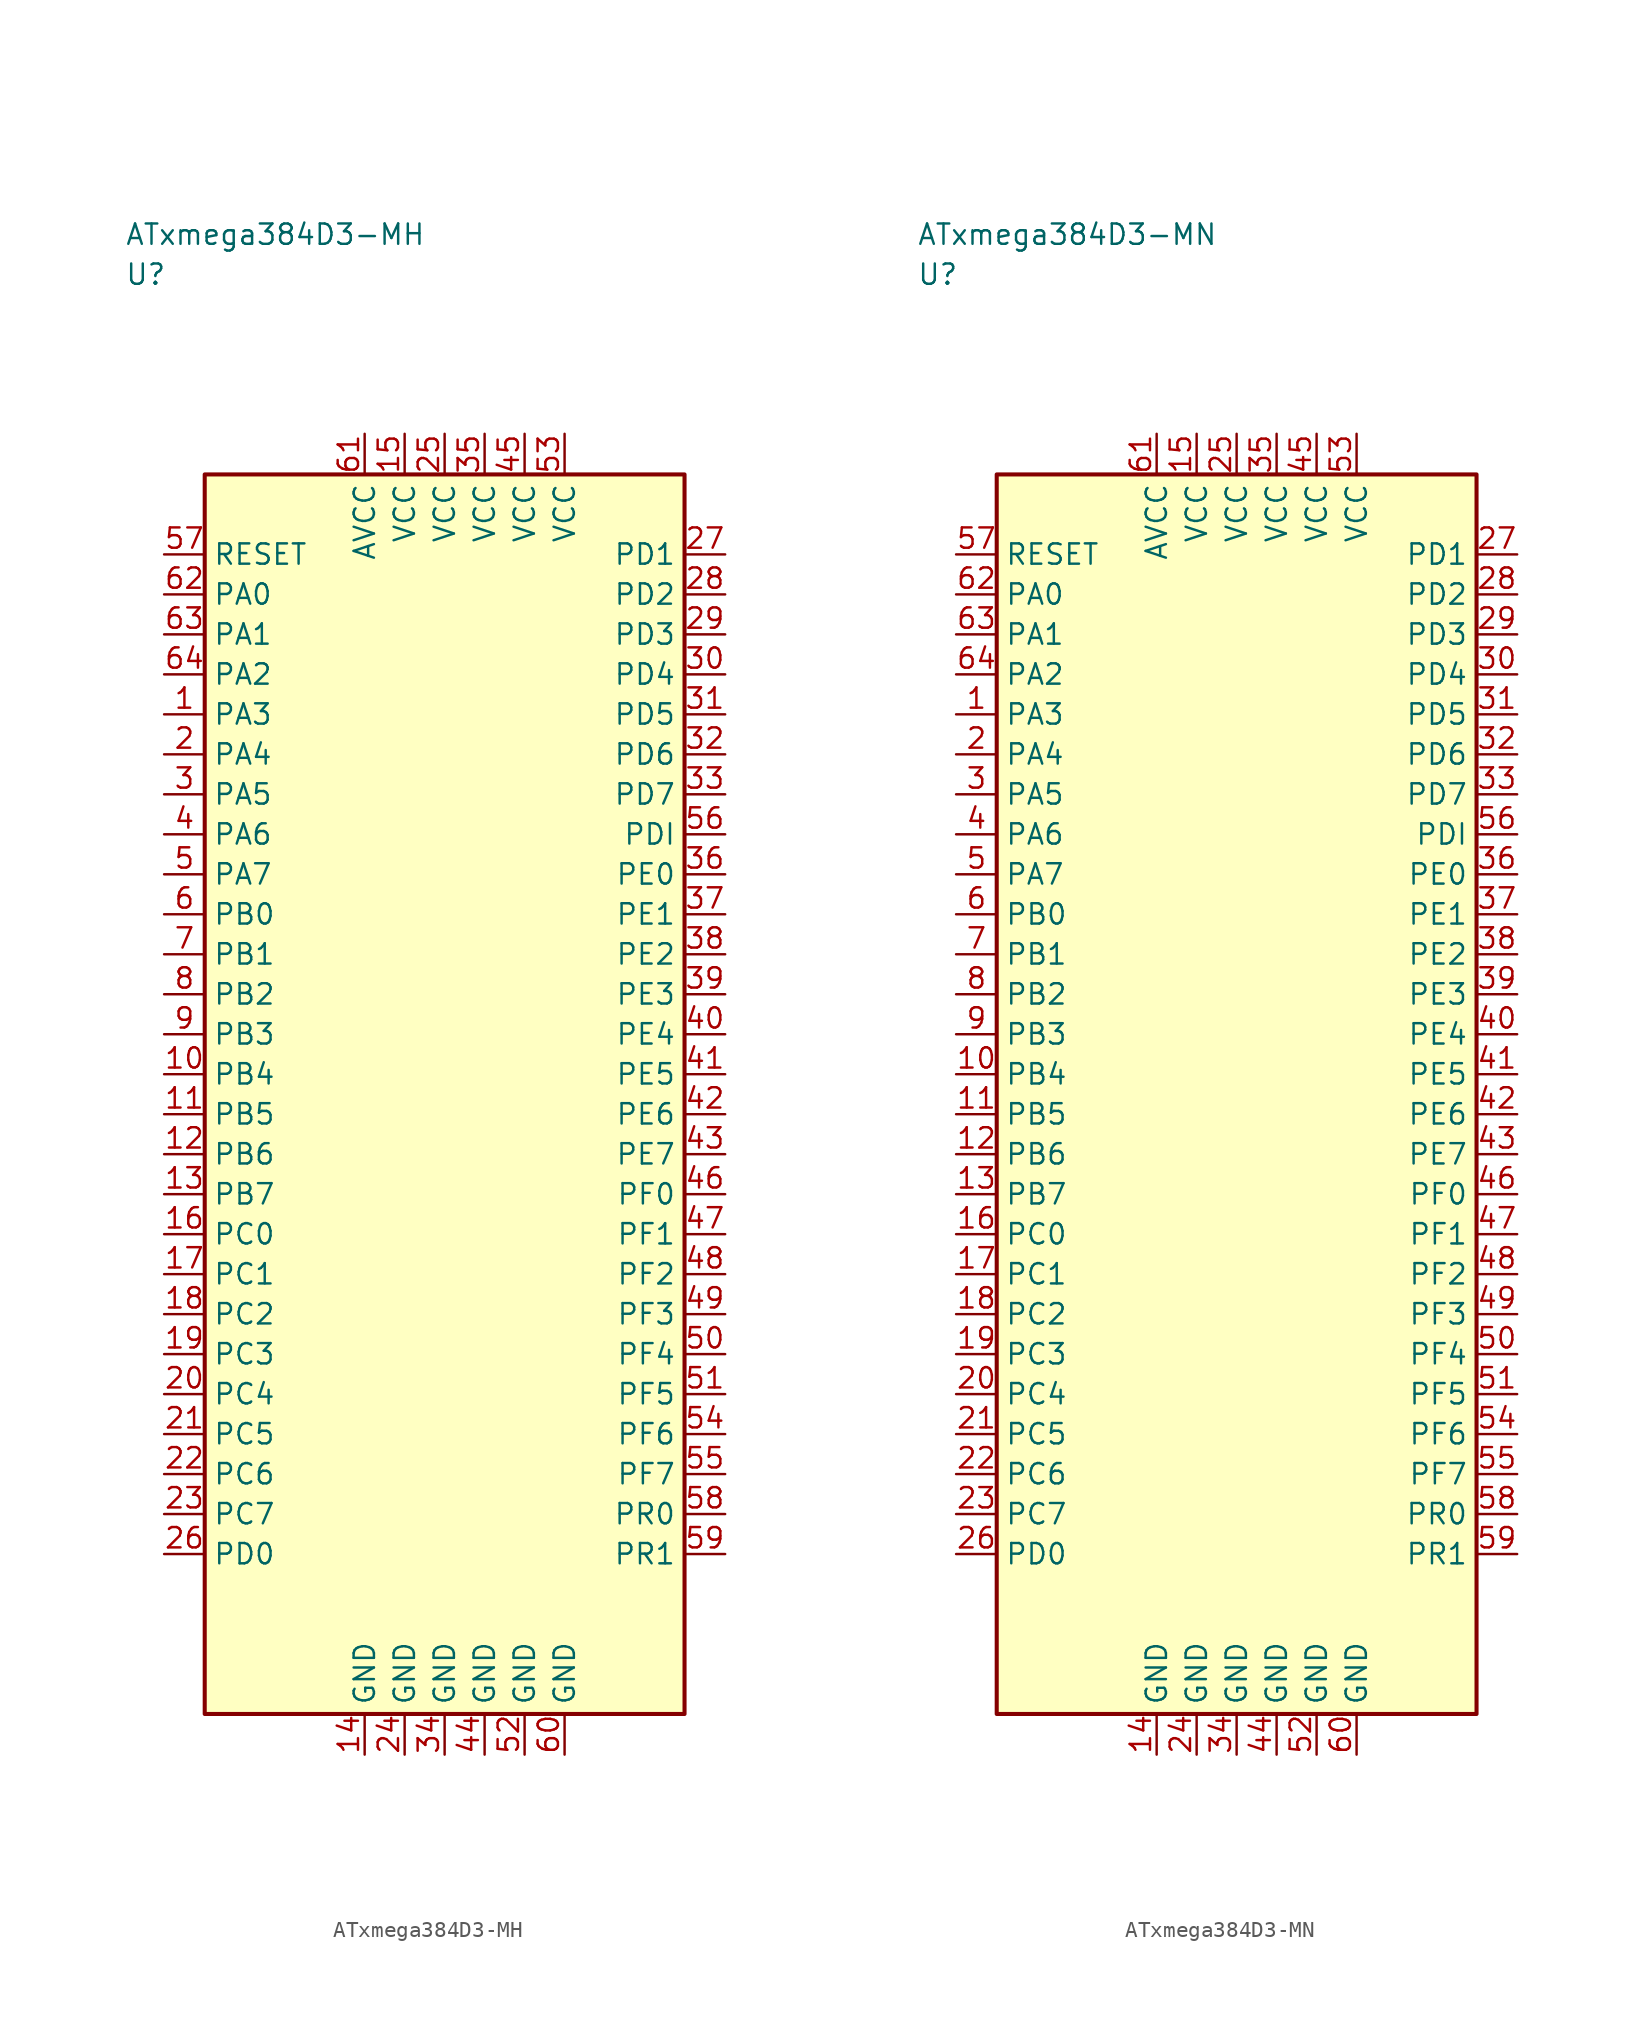
<source format=kicad_sym>
(kicad_symbol_lib
  (version 20241025)
  (generator "kicad_symbol_editor")
  (generator_version "8.0")
  (symbol "ATxmega384D3-MH"
    (property "Reference" "U"
      (at -20.0 51.25 0)
      (effects (font (size 1.27 1.27)) (justify left)))
    (property "Value" "ATxmega384D3-MH"
      (at -20.0 53.75 0)
      (effects (font (size 1.27 1.27)) (justify left)))
    (symbol "ATxmega384D3-MH_0_1"
      (rectangle (start -15.0 38.75) (end 15.0 -38.75) (stroke (width 0.254) (type default)) (fill (type background))))
    (symbol "ATxmega384D3-MH_1_1"
      (pin bidirectional line (at -17.54 23.75 0.0) (length 2.54) (name "PA3" (effects (font (size 1.27 1.27)))) (number "1" (effects (font (size 1.27 1.27)))))
      (pin bidirectional line (at -17.54 21.25 0.0) (length 2.54) (name "PA4" (effects (font (size 1.27 1.27)))) (number "2" (effects (font (size 1.27 1.27)))))
      (pin bidirectional line (at -17.54 18.75 0.0) (length 2.54) (name "PA5" (effects (font (size 1.27 1.27)))) (number "3" (effects (font (size 1.27 1.27)))))
      (pin bidirectional line (at -17.54 16.25 0.0) (length 2.54) (name "PA6" (effects (font (size 1.27 1.27)))) (number "4" (effects (font (size 1.27 1.27)))))
      (pin bidirectional line (at -17.54 13.75 0.0) (length 2.54) (name "PA7" (effects (font (size 1.27 1.27)))) (number "5" (effects (font (size 1.27 1.27)))))
      (pin bidirectional line (at -17.54 11.25 0.0) (length 2.54) (name "PB0" (effects (font (size 1.27 1.27)))) (number "6" (effects (font (size 1.27 1.27)))))
      (pin bidirectional line (at -17.54 8.75 0.0) (length 2.54) (name "PB1" (effects (font (size 1.27 1.27)))) (number "7" (effects (font (size 1.27 1.27)))))
      (pin bidirectional line (at -17.54 6.25 0.0) (length 2.54) (name "PB2" (effects (font (size 1.27 1.27)))) (number "8" (effects (font (size 1.27 1.27)))))
      (pin bidirectional line (at -17.54 3.75 0.0) (length 2.54) (name "PB3" (effects (font (size 1.27 1.27)))) (number "9" (effects (font (size 1.27 1.27)))))
      (pin bidirectional line (at -17.54 1.25 0.0) (length 2.54) (name "PB4" (effects (font (size 1.27 1.27)))) (number "10" (effects (font (size 1.27 1.27)))))
      (pin bidirectional line (at -17.54 -1.25 0.0) (length 2.54) (name "PB5" (effects (font (size 1.27 1.27)))) (number "11" (effects (font (size 1.27 1.27)))))
      (pin bidirectional line (at -17.54 -3.75 0.0) (length 2.54) (name "PB6" (effects (font (size 1.27 1.27)))) (number "12" (effects (font (size 1.27 1.27)))))
      (pin bidirectional line (at -17.54 -6.25 0.0) (length 2.54) (name "PB7" (effects (font (size 1.27 1.27)))) (number "13" (effects (font (size 1.27 1.27)))))
      (pin passive line (at -5.0 -41.29 90.0) (length 2.54) (name "GND" (effects (font (size 1.27 1.27)))) (number "14" (effects (font (size 1.27 1.27)))))
      (pin power_in line (at -2.5 41.29 270.0) (length 2.54) (name "VCC" (effects (font (size 1.27 1.27)))) (number "15" (effects (font (size 1.27 1.27)))))
      (pin bidirectional line (at -17.54 -8.75 0.0) (length 2.54) (name "PC0" (effects (font (size 1.27 1.27)))) (number "16" (effects (font (size 1.27 1.27)))))
      (pin bidirectional line (at -17.54 -11.25 0.0) (length 2.54) (name "PC1" (effects (font (size 1.27 1.27)))) (number "17" (effects (font (size 1.27 1.27)))))
      (pin bidirectional line (at -17.54 -13.75 0.0) (length 2.54) (name "PC2" (effects (font (size 1.27 1.27)))) (number "18" (effects (font (size 1.27 1.27)))))
      (pin bidirectional line (at -17.54 -16.25 0.0) (length 2.54) (name "PC3" (effects (font (size 1.27 1.27)))) (number "19" (effects (font (size 1.27 1.27)))))
      (pin bidirectional line (at -17.54 -18.75 0.0) (length 2.54) (name "PC4" (effects (font (size 1.27 1.27)))) (number "20" (effects (font (size 1.27 1.27)))))
      (pin bidirectional line (at -17.54 -21.25 0.0) (length 2.54) (name "PC5" (effects (font (size 1.27 1.27)))) (number "21" (effects (font (size 1.27 1.27)))))
      (pin bidirectional line (at -17.54 -23.75 0.0) (length 2.54) (name "PC6" (effects (font (size 1.27 1.27)))) (number "22" (effects (font (size 1.27 1.27)))))
      (pin bidirectional line (at -17.54 -26.25 0.0) (length 2.54) (name "PC7" (effects (font (size 1.27 1.27)))) (number "23" (effects (font (size 1.27 1.27)))))
      (pin passive line (at -2.5 -41.29 90.0) (length 2.54) (name "GND" (effects (font (size 1.27 1.27)))) (number "24" (effects (font (size 1.27 1.27)))))
      (pin power_in line (at 0.0 41.29 270.0) (length 2.54) (name "VCC" (effects (font (size 1.27 1.27)))) (number "25" (effects (font (size 1.27 1.27)))))
      (pin bidirectional line (at -17.54 -28.75 0.0) (length 2.54) (name "PD0" (effects (font (size 1.27 1.27)))) (number "26" (effects (font (size 1.27 1.27)))))
      (pin bidirectional line (at 17.54 33.75 180.0) (length 2.54) (name "PD1" (effects (font (size 1.27 1.27)))) (number "27" (effects (font (size 1.27 1.27)))))
      (pin bidirectional line (at 17.54 31.25 180.0) (length 2.54) (name "PD2" (effects (font (size 1.27 1.27)))) (number "28" (effects (font (size 1.27 1.27)))))
      (pin bidirectional line (at 17.54 28.75 180.0) (length 2.54) (name "PD3" (effects (font (size 1.27 1.27)))) (number "29" (effects (font (size 1.27 1.27)))))
      (pin bidirectional line (at 17.54 26.25 180.0) (length 2.54) (name "PD4" (effects (font (size 1.27 1.27)))) (number "30" (effects (font (size 1.27 1.27)))))
      (pin bidirectional line (at 17.54 23.75 180.0) (length 2.54) (name "PD5" (effects (font (size 1.27 1.27)))) (number "31" (effects (font (size 1.27 1.27)))))
      (pin bidirectional line (at 17.54 21.25 180.0) (length 2.54) (name "PD6" (effects (font (size 1.27 1.27)))) (number "32" (effects (font (size 1.27 1.27)))))
      (pin bidirectional line (at 17.54 18.75 180.0) (length 2.54) (name "PD7" (effects (font (size 1.27 1.27)))) (number "33" (effects (font (size 1.27 1.27)))))
      (pin passive line (at 0.0 -41.29 90.0) (length 2.54) (name "GND" (effects (font (size 1.27 1.27)))) (number "34" (effects (font (size 1.27 1.27)))))
      (pin power_in line (at 2.5 41.29 270.0) (length 2.54) (name "VCC" (effects (font (size 1.27 1.27)))) (number "35" (effects (font (size 1.27 1.27)))))
      (pin bidirectional line (at 17.54 13.75 180.0) (length 2.54) (name "PE0" (effects (font (size 1.27 1.27)))) (number "36" (effects (font (size 1.27 1.27)))))
      (pin bidirectional line (at 17.54 11.25 180.0) (length 2.54) (name "PE1" (effects (font (size 1.27 1.27)))) (number "37" (effects (font (size 1.27 1.27)))))
      (pin bidirectional line (at 17.54 8.75 180.0) (length 2.54) (name "PE2" (effects (font (size 1.27 1.27)))) (number "38" (effects (font (size 1.27 1.27)))))
      (pin bidirectional line (at 17.54 6.25 180.0) (length 2.54) (name "PE3" (effects (font (size 1.27 1.27)))) (number "39" (effects (font (size 1.27 1.27)))))
      (pin bidirectional line (at 17.54 3.75 180.0) (length 2.54) (name "PE4" (effects (font (size 1.27 1.27)))) (number "40" (effects (font (size 1.27 1.27)))))
      (pin bidirectional line (at 17.54 1.25 180.0) (length 2.54) (name "PE5" (effects (font (size 1.27 1.27)))) (number "41" (effects (font (size 1.27 1.27)))))
      (pin bidirectional line (at 17.54 -1.25 180.0) (length 2.54) (name "PE6" (effects (font (size 1.27 1.27)))) (number "42" (effects (font (size 1.27 1.27)))))
      (pin bidirectional line (at 17.54 -3.75 180.0) (length 2.54) (name "PE7" (effects (font (size 1.27 1.27)))) (number "43" (effects (font (size 1.27 1.27)))))
      (pin passive line (at 2.5 -41.29 90.0) (length 2.54) (name "GND" (effects (font (size 1.27 1.27)))) (number "44" (effects (font (size 1.27 1.27)))))
      (pin power_in line (at 5.0 41.29 270.0) (length 2.54) (name "VCC" (effects (font (size 1.27 1.27)))) (number "45" (effects (font (size 1.27 1.27)))))
      (pin bidirectional line (at 17.54 -6.25 180.0) (length 2.54) (name "PF0" (effects (font (size 1.27 1.27)))) (number "46" (effects (font (size 1.27 1.27)))))
      (pin bidirectional line (at 17.54 -8.75 180.0) (length 2.54) (name "PF1" (effects (font (size 1.27 1.27)))) (number "47" (effects (font (size 1.27 1.27)))))
      (pin bidirectional line (at 17.54 -11.25 180.0) (length 2.54) (name "PF2" (effects (font (size 1.27 1.27)))) (number "48" (effects (font (size 1.27 1.27)))))
      (pin bidirectional line (at 17.54 -13.75 180.0) (length 2.54) (name "PF3" (effects (font (size 1.27 1.27)))) (number "49" (effects (font (size 1.27 1.27)))))
      (pin bidirectional line (at 17.54 -16.25 180.0) (length 2.54) (name "PF4" (effects (font (size 1.27 1.27)))) (number "50" (effects (font (size 1.27 1.27)))))
      (pin bidirectional line (at 17.54 -18.75 180.0) (length 2.54) (name "PF5" (effects (font (size 1.27 1.27)))) (number "51" (effects (font (size 1.27 1.27)))))
      (pin passive line (at 5.0 -41.29 90.0) (length 2.54) (name "GND" (effects (font (size 1.27 1.27)))) (number "52" (effects (font (size 1.27 1.27)))))
      (pin power_in line (at 7.5 41.29 270.0) (length 2.54) (name "VCC" (effects (font (size 1.27 1.27)))) (number "53" (effects (font (size 1.27 1.27)))))
      (pin bidirectional line (at 17.54 -21.25 180.0) (length 2.54) (name "PF6" (effects (font (size 1.27 1.27)))) (number "54" (effects (font (size 1.27 1.27)))))
      (pin bidirectional line (at 17.54 -23.75 180.0) (length 2.54) (name "PF7" (effects (font (size 1.27 1.27)))) (number "55" (effects (font (size 1.27 1.27)))))
      (pin bidirectional line (at 17.54 16.25 180.0) (length 2.54) (name "PDI" (effects (font (size 1.27 1.27)))) (number "56" (effects (font (size 1.27 1.27)))))
      (pin input line (at -17.54 33.75 0.0) (length 2.54) (name "RESET" (effects (font (size 1.27 1.27)))) (number "57" (effects (font (size 1.27 1.27)))))
      (pin bidirectional line (at 17.54 -26.25 180.0) (length 2.54) (name "PR0" (effects (font (size 1.27 1.27)))) (number "58" (effects (font (size 1.27 1.27)))))
      (pin bidirectional line (at 17.54 -28.75 180.0) (length 2.54) (name "PR1" (effects (font (size 1.27 1.27)))) (number "59" (effects (font (size 1.27 1.27)))))
      (pin passive line (at 7.5 -41.29 90.0) (length 2.54) (name "GND" (effects (font (size 1.27 1.27)))) (number "60" (effects (font (size 1.27 1.27)))))
      (pin power_in line (at -5.0 41.29 270.0) (length 2.54) (name "AVCC" (effects (font (size 1.27 1.27)))) (number "61" (effects (font (size 1.27 1.27)))))
      (pin bidirectional line (at -17.54 31.25 0.0) (length 2.54) (name "PA0" (effects (font (size 1.27 1.27)))) (number "62" (effects (font (size 1.27 1.27)))))
      (pin bidirectional line (at -17.54 28.75 0.0) (length 2.54) (name "PA1" (effects (font (size 1.27 1.27)))) (number "63" (effects (font (size 1.27 1.27)))))
      (pin bidirectional line (at -17.54 26.25 0.0) (length 2.54) (name "PA2" (effects (font (size 1.27 1.27)))) (number "64" (effects (font (size 1.27 1.27)))))))
  (symbol "ATxmega384D3-MN"
    (property "Reference" "U"
      (at -20.0 51.25 0)
      (effects (font (size 1.27 1.27)) (justify left)))
    (property "Value" "ATxmega384D3-MN"
      (at -20.0 53.75 0)
      (effects (font (size 1.27 1.27)) (justify left)))
    (symbol "ATxmega384D3-MN_0_1"
      (rectangle (start -15.0 38.75) (end 15.0 -38.75) (stroke (width 0.254) (type default)) (fill (type background))))
    (symbol "ATxmega384D3-MN_1_1"
      (pin bidirectional line (at -17.54 23.75 0.0) (length 2.54) (name "PA3" (effects (font (size 1.27 1.27)))) (number "1" (effects (font (size 1.27 1.27)))))
      (pin bidirectional line (at -17.54 21.25 0.0) (length 2.54) (name "PA4" (effects (font (size 1.27 1.27)))) (number "2" (effects (font (size 1.27 1.27)))))
      (pin bidirectional line (at -17.54 18.75 0.0) (length 2.54) (name "PA5" (effects (font (size 1.27 1.27)))) (number "3" (effects (font (size 1.27 1.27)))))
      (pin bidirectional line (at -17.54 16.25 0.0) (length 2.54) (name "PA6" (effects (font (size 1.27 1.27)))) (number "4" (effects (font (size 1.27 1.27)))))
      (pin bidirectional line (at -17.54 13.75 0.0) (length 2.54) (name "PA7" (effects (font (size 1.27 1.27)))) (number "5" (effects (font (size 1.27 1.27)))))
      (pin bidirectional line (at -17.54 11.25 0.0) (length 2.54) (name "PB0" (effects (font (size 1.27 1.27)))) (number "6" (effects (font (size 1.27 1.27)))))
      (pin bidirectional line (at -17.54 8.75 0.0) (length 2.54) (name "PB1" (effects (font (size 1.27 1.27)))) (number "7" (effects (font (size 1.27 1.27)))))
      (pin bidirectional line (at -17.54 6.25 0.0) (length 2.54) (name "PB2" (effects (font (size 1.27 1.27)))) (number "8" (effects (font (size 1.27 1.27)))))
      (pin bidirectional line (at -17.54 3.75 0.0) (length 2.54) (name "PB3" (effects (font (size 1.27 1.27)))) (number "9" (effects (font (size 1.27 1.27)))))
      (pin bidirectional line (at -17.54 1.25 0.0) (length 2.54) (name "PB4" (effects (font (size 1.27 1.27)))) (number "10" (effects (font (size 1.27 1.27)))))
      (pin bidirectional line (at -17.54 -1.25 0.0) (length 2.54) (name "PB5" (effects (font (size 1.27 1.27)))) (number "11" (effects (font (size 1.27 1.27)))))
      (pin bidirectional line (at -17.54 -3.75 0.0) (length 2.54) (name "PB6" (effects (font (size 1.27 1.27)))) (number "12" (effects (font (size 1.27 1.27)))))
      (pin bidirectional line (at -17.54 -6.25 0.0) (length 2.54) (name "PB7" (effects (font (size 1.27 1.27)))) (number "13" (effects (font (size 1.27 1.27)))))
      (pin passive line (at -5.0 -41.29 90.0) (length 2.54) (name "GND" (effects (font (size 1.27 1.27)))) (number "14" (effects (font (size 1.27 1.27)))))
      (pin power_in line (at -2.5 41.29 270.0) (length 2.54) (name "VCC" (effects (font (size 1.27 1.27)))) (number "15" (effects (font (size 1.27 1.27)))))
      (pin bidirectional line (at -17.54 -8.75 0.0) (length 2.54) (name "PC0" (effects (font (size 1.27 1.27)))) (number "16" (effects (font (size 1.27 1.27)))))
      (pin bidirectional line (at -17.54 -11.25 0.0) (length 2.54) (name "PC1" (effects (font (size 1.27 1.27)))) (number "17" (effects (font (size 1.27 1.27)))))
      (pin bidirectional line (at -17.54 -13.75 0.0) (length 2.54) (name "PC2" (effects (font (size 1.27 1.27)))) (number "18" (effects (font (size 1.27 1.27)))))
      (pin bidirectional line (at -17.54 -16.25 0.0) (length 2.54) (name "PC3" (effects (font (size 1.27 1.27)))) (number "19" (effects (font (size 1.27 1.27)))))
      (pin bidirectional line (at -17.54 -18.75 0.0) (length 2.54) (name "PC4" (effects (font (size 1.27 1.27)))) (number "20" (effects (font (size 1.27 1.27)))))
      (pin bidirectional line (at -17.54 -21.25 0.0) (length 2.54) (name "PC5" (effects (font (size 1.27 1.27)))) (number "21" (effects (font (size 1.27 1.27)))))
      (pin bidirectional line (at -17.54 -23.75 0.0) (length 2.54) (name "PC6" (effects (font (size 1.27 1.27)))) (number "22" (effects (font (size 1.27 1.27)))))
      (pin bidirectional line (at -17.54 -26.25 0.0) (length 2.54) (name "PC7" (effects (font (size 1.27 1.27)))) (number "23" (effects (font (size 1.27 1.27)))))
      (pin passive line (at -2.5 -41.29 90.0) (length 2.54) (name "GND" (effects (font (size 1.27 1.27)))) (number "24" (effects (font (size 1.27 1.27)))))
      (pin power_in line (at 0.0 41.29 270.0) (length 2.54) (name "VCC" (effects (font (size 1.27 1.27)))) (number "25" (effects (font (size 1.27 1.27)))))
      (pin bidirectional line (at -17.54 -28.75 0.0) (length 2.54) (name "PD0" (effects (font (size 1.27 1.27)))) (number "26" (effects (font (size 1.27 1.27)))))
      (pin bidirectional line (at 17.54 33.75 180.0) (length 2.54) (name "PD1" (effects (font (size 1.27 1.27)))) (number "27" (effects (font (size 1.27 1.27)))))
      (pin bidirectional line (at 17.54 31.25 180.0) (length 2.54) (name "PD2" (effects (font (size 1.27 1.27)))) (number "28" (effects (font (size 1.27 1.27)))))
      (pin bidirectional line (at 17.54 28.75 180.0) (length 2.54) (name "PD3" (effects (font (size 1.27 1.27)))) (number "29" (effects (font (size 1.27 1.27)))))
      (pin bidirectional line (at 17.54 26.25 180.0) (length 2.54) (name "PD4" (effects (font (size 1.27 1.27)))) (number "30" (effects (font (size 1.27 1.27)))))
      (pin bidirectional line (at 17.54 23.75 180.0) (length 2.54) (name "PD5" (effects (font (size 1.27 1.27)))) (number "31" (effects (font (size 1.27 1.27)))))
      (pin bidirectional line (at 17.54 21.25 180.0) (length 2.54) (name "PD6" (effects (font (size 1.27 1.27)))) (number "32" (effects (font (size 1.27 1.27)))))
      (pin bidirectional line (at 17.54 18.75 180.0) (length 2.54) (name "PD7" (effects (font (size 1.27 1.27)))) (number "33" (effects (font (size 1.27 1.27)))))
      (pin passive line (at 0.0 -41.29 90.0) (length 2.54) (name "GND" (effects (font (size 1.27 1.27)))) (number "34" (effects (font (size 1.27 1.27)))))
      (pin power_in line (at 2.5 41.29 270.0) (length 2.54) (name "VCC" (effects (font (size 1.27 1.27)))) (number "35" (effects (font (size 1.27 1.27)))))
      (pin bidirectional line (at 17.54 13.75 180.0) (length 2.54) (name "PE0" (effects (font (size 1.27 1.27)))) (number "36" (effects (font (size 1.27 1.27)))))
      (pin bidirectional line (at 17.54 11.25 180.0) (length 2.54) (name "PE1" (effects (font (size 1.27 1.27)))) (number "37" (effects (font (size 1.27 1.27)))))
      (pin bidirectional line (at 17.54 8.75 180.0) (length 2.54) (name "PE2" (effects (font (size 1.27 1.27)))) (number "38" (effects (font (size 1.27 1.27)))))
      (pin bidirectional line (at 17.54 6.25 180.0) (length 2.54) (name "PE3" (effects (font (size 1.27 1.27)))) (number "39" (effects (font (size 1.27 1.27)))))
      (pin bidirectional line (at 17.54 3.75 180.0) (length 2.54) (name "PE4" (effects (font (size 1.27 1.27)))) (number "40" (effects (font (size 1.27 1.27)))))
      (pin bidirectional line (at 17.54 1.25 180.0) (length 2.54) (name "PE5" (effects (font (size 1.27 1.27)))) (number "41" (effects (font (size 1.27 1.27)))))
      (pin bidirectional line (at 17.54 -1.25 180.0) (length 2.54) (name "PE6" (effects (font (size 1.27 1.27)))) (number "42" (effects (font (size 1.27 1.27)))))
      (pin bidirectional line (at 17.54 -3.75 180.0) (length 2.54) (name "PE7" (effects (font (size 1.27 1.27)))) (number "43" (effects (font (size 1.27 1.27)))))
      (pin passive line (at 2.5 -41.29 90.0) (length 2.54) (name "GND" (effects (font (size 1.27 1.27)))) (number "44" (effects (font (size 1.27 1.27)))))
      (pin power_in line (at 5.0 41.29 270.0) (length 2.54) (name "VCC" (effects (font (size 1.27 1.27)))) (number "45" (effects (font (size 1.27 1.27)))))
      (pin bidirectional line (at 17.54 -6.25 180.0) (length 2.54) (name "PF0" (effects (font (size 1.27 1.27)))) (number "46" (effects (font (size 1.27 1.27)))))
      (pin bidirectional line (at 17.54 -8.75 180.0) (length 2.54) (name "PF1" (effects (font (size 1.27 1.27)))) (number "47" (effects (font (size 1.27 1.27)))))
      (pin bidirectional line (at 17.54 -11.25 180.0) (length 2.54) (name "PF2" (effects (font (size 1.27 1.27)))) (number "48" (effects (font (size 1.27 1.27)))))
      (pin bidirectional line (at 17.54 -13.75 180.0) (length 2.54) (name "PF3" (effects (font (size 1.27 1.27)))) (number "49" (effects (font (size 1.27 1.27)))))
      (pin bidirectional line (at 17.54 -16.25 180.0) (length 2.54) (name "PF4" (effects (font (size 1.27 1.27)))) (number "50" (effects (font (size 1.27 1.27)))))
      (pin bidirectional line (at 17.54 -18.75 180.0) (length 2.54) (name "PF5" (effects (font (size 1.27 1.27)))) (number "51" (effects (font (size 1.27 1.27)))))
      (pin passive line (at 5.0 -41.29 90.0) (length 2.54) (name "GND" (effects (font (size 1.27 1.27)))) (number "52" (effects (font (size 1.27 1.27)))))
      (pin power_in line (at 7.5 41.29 270.0) (length 2.54) (name "VCC" (effects (font (size 1.27 1.27)))) (number "53" (effects (font (size 1.27 1.27)))))
      (pin bidirectional line (at 17.54 -21.25 180.0) (length 2.54) (name "PF6" (effects (font (size 1.27 1.27)))) (number "54" (effects (font (size 1.27 1.27)))))
      (pin bidirectional line (at 17.54 -23.75 180.0) (length 2.54) (name "PF7" (effects (font (size 1.27 1.27)))) (number "55" (effects (font (size 1.27 1.27)))))
      (pin bidirectional line (at 17.54 16.25 180.0) (length 2.54) (name "PDI" (effects (font (size 1.27 1.27)))) (number "56" (effects (font (size 1.27 1.27)))))
      (pin input line (at -17.54 33.75 0.0) (length 2.54) (name "RESET" (effects (font (size 1.27 1.27)))) (number "57" (effects (font (size 1.27 1.27)))))
      (pin bidirectional line (at 17.54 -26.25 180.0) (length 2.54) (name "PR0" (effects (font (size 1.27 1.27)))) (number "58" (effects (font (size 1.27 1.27)))))
      (pin bidirectional line (at 17.54 -28.75 180.0) (length 2.54) (name "PR1" (effects (font (size 1.27 1.27)))) (number "59" (effects (font (size 1.27 1.27)))))
      (pin passive line (at 7.5 -41.29 90.0) (length 2.54) (name "GND" (effects (font (size 1.27 1.27)))) (number "60" (effects (font (size 1.27 1.27)))))
      (pin power_in line (at -5.0 41.29 270.0) (length 2.54) (name "AVCC" (effects (font (size 1.27 1.27)))) (number "61" (effects (font (size 1.27 1.27)))))
      (pin bidirectional line (at -17.54 31.25 0.0) (length 2.54) (name "PA0" (effects (font (size 1.27 1.27)))) (number "62" (effects (font (size 1.27 1.27)))))
      (pin bidirectional line (at -17.54 28.75 0.0) (length 2.54) (name "PA1" (effects (font (size 1.27 1.27)))) (number "63" (effects (font (size 1.27 1.27)))))
      (pin bidirectional line (at -17.54 26.25 0.0) (length 2.54) (name "PA2" (effects (font (size 1.27 1.27)))) (number "64" (effects (font (size 1.27 1.27))))))))
</source>
